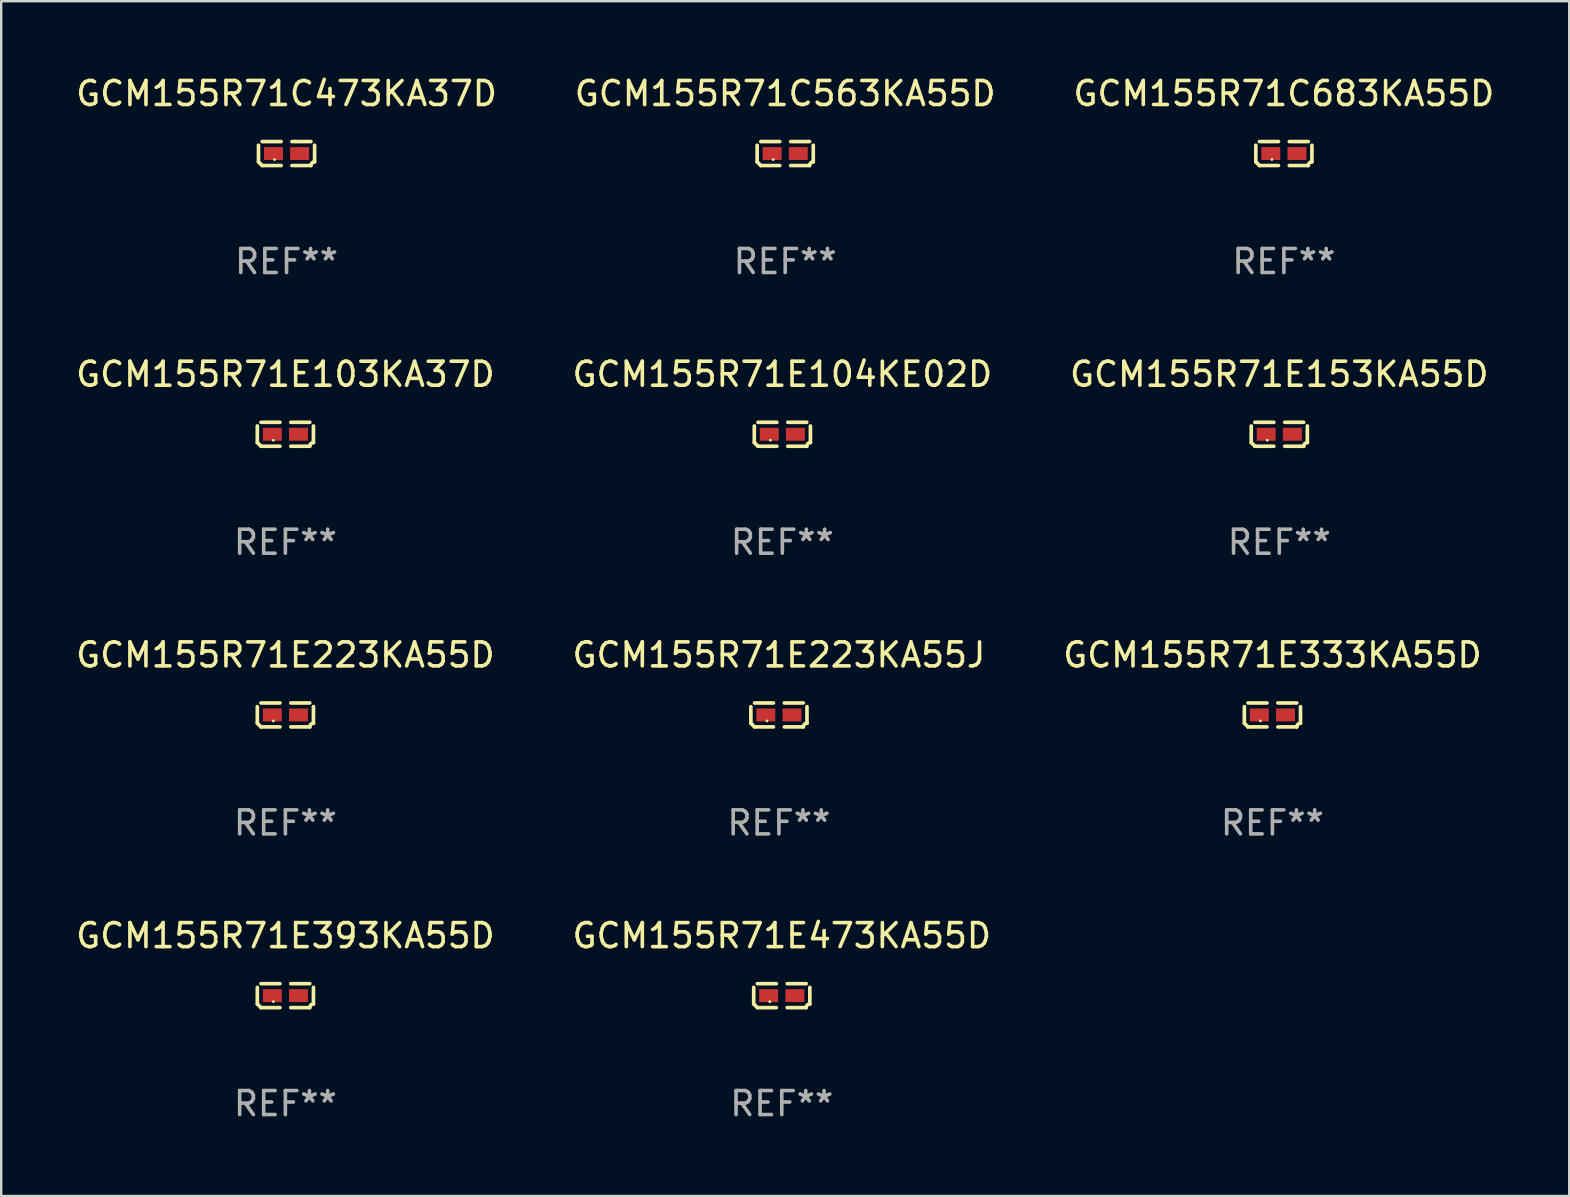
<source format=kicad_pcb>
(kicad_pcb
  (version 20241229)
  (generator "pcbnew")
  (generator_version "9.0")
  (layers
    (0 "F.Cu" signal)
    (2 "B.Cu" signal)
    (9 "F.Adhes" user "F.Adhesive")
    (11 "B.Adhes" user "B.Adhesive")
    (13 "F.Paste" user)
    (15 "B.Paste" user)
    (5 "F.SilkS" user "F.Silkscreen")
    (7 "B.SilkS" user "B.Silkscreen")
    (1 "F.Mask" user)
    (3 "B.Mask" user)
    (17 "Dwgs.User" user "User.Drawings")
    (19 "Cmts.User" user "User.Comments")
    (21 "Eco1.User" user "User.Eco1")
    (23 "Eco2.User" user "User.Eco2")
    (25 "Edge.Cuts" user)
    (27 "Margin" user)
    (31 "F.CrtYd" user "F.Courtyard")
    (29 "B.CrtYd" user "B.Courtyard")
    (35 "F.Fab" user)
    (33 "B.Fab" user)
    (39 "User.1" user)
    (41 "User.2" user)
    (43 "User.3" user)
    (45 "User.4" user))
  (footprint "GCM155R71E223KA55J"
    (layer "F.Cu")
    (at 29.399 26.734)
    (property "Reference" "GCM155R71E223KA55J" (at 0 -2.499 0) (layer "F.SilkS") (effects (font (size 1 1) (thickness 0.15))))
    (attr through_hole)
    (fp_line (start -1.169 0.346) (end -1.169 -0.346) (stroke (width 0.152) (type solid)) (layer "F.SilkS"))
    (fp_line (start -1.016 -0.499) (end -0.226 -0.499) (stroke (width 0.152) (type solid)) (layer "F.SilkS"))
    (fp_line (start -0.226 0.499) (end -1.016 0.499) (stroke (width 0.152) (type solid)) (layer "F.SilkS"))
    (fp_line (start 0.226 0.499) (end 1.016 0.499) (stroke (width 0.152) (type solid)) (layer "F.SilkS"))
    (fp_line (start 1.016 -0.499) (end 0.226 -0.499) (stroke (width 0.152) (type solid)) (layer "F.SilkS"))
    (fp_line (start 1.169 0.346) (end 1.169 -0.346) (stroke (width 0.152) (type solid)) (layer "F.SilkS"))
    (fp_arc (start -1.016307 0.498603) (mid -1.092512 0.422405) (end -1.16871 0.3462) (stroke (width 0.1524) (type solid)) (layer "F.SilkS"))
    (fp_arc (start 1.016307 0.498603) (mid 1.060899 0.390758) (end 1.168707 0.346076) (stroke (width 0.1524) (type solid)) (layer "F.SilkS"))
    (fp_circle (center -0.5 0.25) (end -0.47 0.25) (stroke (width 0.06) (type solid)) (fill no) (layer "F.SilkS"))
    (fp_text user "REF**" (at 0 4.499 0) (layer "F.Fab") (effects (font (size 1 1) (thickness 0.15))))
    (pad "1" smd rect (at -0.545 0) (size 0.79 0.54) (layers "F.Cu" "F.Mask" "F.Paste"))
    (pad "2" smd rect (at 0.545 0) (size 0.79 0.54) (layers "F.Cu" "F.Mask" "F.Paste")))
  (footprint "GCM155R71E333KA55D"
    (layer "F.Cu")
    (at 49.958 26.734)
    (property "Reference" "GCM155R71E333KA55D" (at 0 -2.499 0) (layer "F.SilkS") (effects (font (size 1 1) (thickness 0.15))))
    (attr through_hole)
    (fp_line (start -1.169 0.346) (end -1.169 -0.346) (stroke (width 0.152) (type solid)) (layer "F.SilkS"))
    (fp_line (start -1.016 -0.499) (end -0.226 -0.499) (stroke (width 0.152) (type solid)) (layer "F.SilkS"))
    (fp_line (start -0.226 0.499) (end -1.016 0.499) (stroke (width 0.152) (type solid)) (layer "F.SilkS"))
    (fp_line (start 0.226 0.499) (end 1.016 0.499) (stroke (width 0.152) (type solid)) (layer "F.SilkS"))
    (fp_line (start 1.016 -0.499) (end 0.226 -0.499) (stroke (width 0.152) (type solid)) (layer "F.SilkS"))
    (fp_line (start 1.169 0.346) (end 1.169 -0.346) (stroke (width 0.152) (type solid)) (layer "F.SilkS"))
    (fp_arc (start -1.016307 0.498603) (mid -1.092512 0.422405) (end -1.16871 0.3462) (stroke (width 0.1524) (type solid)) (layer "F.SilkS"))
    (fp_arc (start 1.016307 0.498603) (mid 1.060899 0.390758) (end 1.168707 0.346076) (stroke (width 0.1524) (type solid)) (layer "F.SilkS"))
    (fp_circle (center -0.5 0.25) (end -0.47 0.25) (stroke (width 0.06) (type solid)) (fill no) (layer "F.SilkS"))
    (fp_text user "REF**" (at 0 4.499 0) (layer "F.Fab") (effects (font (size 1 1) (thickness 0.15))))
    (pad "1" smd rect (at -0.545 0) (size 0.79 0.54) (layers "F.Cu" "F.Mask" "F.Paste"))
    (pad "2" smd rect (at 0.545 0) (size 0.79 0.54) (layers "F.Cu" "F.Mask" "F.Paste")))
  (footprint "GCM155R71E393KA55D"
    (layer "F.Cu")
    (at 8.839 38.428)
    (property "Reference" "GCM155R71E393KA55D" (at 0 -2.499 0) (layer "F.SilkS") (effects (font (size 1 1) (thickness 0.15))))
    (attr through_hole)
    (fp_line (start -1.169 0.346) (end -1.169 -0.346) (stroke (width 0.152) (type solid)) (layer "F.SilkS"))
    (fp_line (start -1.016 -0.499) (end -0.226 -0.499) (stroke (width 0.152) (type solid)) (layer "F.SilkS"))
    (fp_line (start -0.226 0.499) (end -1.016 0.499) (stroke (width 0.152) (type solid)) (layer "F.SilkS"))
    (fp_line (start 0.226 0.499) (end 1.016 0.499) (stroke (width 0.152) (type solid)) (layer "F.SilkS"))
    (fp_line (start 1.016 -0.499) (end 0.226 -0.499) (stroke (width 0.152) (type solid)) (layer "F.SilkS"))
    (fp_line (start 1.169 0.346) (end 1.169 -0.346) (stroke (width 0.152) (type solid)) (layer "F.SilkS"))
    (fp_arc (start -1.016307 0.498603) (mid -1.092512 0.422405) (end -1.16871 0.3462) (stroke (width 0.1524) (type solid)) (layer "F.SilkS"))
    (fp_arc (start 1.016307 0.498603) (mid 1.060899 0.390758) (end 1.168707 0.346076) (stroke (width 0.1524) (type solid)) (layer "F.SilkS"))
    (fp_circle (center -0.5 0.25) (end -0.47 0.25) (stroke (width 0.06) (type solid)) (fill no) (layer "F.SilkS"))
    (fp_text user "REF**" (at 0 4.499 0) (layer "F.Fab") (effects (font (size 1 1) (thickness 0.15))))
    (pad "1" smd rect (at -0.545 0) (size 0.79 0.54) (layers "F.Cu" "F.Mask" "F.Paste"))
    (pad "2" smd rect (at 0.545 0) (size 0.79 0.54) (layers "F.Cu" "F.Mask" "F.Paste")))
  (footprint "GCM155R71C683KA55D"
    (layer "F.Cu")
    (at 50.435 3.347)
    (property "Reference" "GCM155R71C683KA55D" (at 0 -2.499 0) (layer "F.SilkS") (effects (font (size 1 1) (thickness 0.15))))
    (attr through_hole)
    (fp_line (start -1.169 0.346) (end -1.169 -0.346) (stroke (width 0.152) (type solid)) (layer "F.SilkS"))
    (fp_line (start -1.016 -0.499) (end -0.226 -0.499) (stroke (width 0.152) (type solid)) (layer "F.SilkS"))
    (fp_line (start -0.226 0.499) (end -1.016 0.499) (stroke (width 0.152) (type solid)) (layer "F.SilkS"))
    (fp_line (start 0.226 0.499) (end 1.016 0.499) (stroke (width 0.152) (type solid)) (layer "F.SilkS"))
    (fp_line (start 1.016 -0.499) (end 0.226 -0.499) (stroke (width 0.152) (type solid)) (layer "F.SilkS"))
    (fp_line (start 1.169 0.346) (end 1.169 -0.346) (stroke (width 0.152) (type solid)) (layer "F.SilkS"))
    (fp_arc (start -1.016307 0.498603) (mid -1.092512 0.422405) (end -1.16871 0.3462) (stroke (width 0.1524) (type solid)) (layer "F.SilkS"))
    (fp_arc (start 1.016307 0.498603) (mid 1.060899 0.390758) (end 1.168707 0.346076) (stroke (width 0.1524) (type solid)) (layer "F.SilkS"))
    (fp_circle (center -0.5 0.25) (end -0.47 0.25) (stroke (width 0.06) (type solid)) (fill no) (layer "F.SilkS"))
    (fp_text user "REF**" (at 0 4.499 0) (layer "F.Fab") (effects (font (size 1 1) (thickness 0.15))))
    (pad "1" smd rect (at -0.545 0) (size 0.79 0.54) (layers "F.Cu" "F.Mask" "F.Paste"))
    (pad "2" smd rect (at 0.545 0) (size 0.79 0.54) (layers "F.Cu" "F.Mask" "F.Paste")))
  (footprint "GCM155R71E153KA55D"
    (layer "F.Cu")
    (at 50.244 15.041)
    (property "Reference" "GCM155R71E153KA55D" (at 0 -2.499 0) (layer "F.SilkS") (effects (font (size 1 1) (thickness 0.15))))
    (attr through_hole)
    (fp_line (start -1.169 0.346) (end -1.169 -0.346) (stroke (width 0.152) (type solid)) (layer "F.SilkS"))
    (fp_line (start -1.016 -0.499) (end -0.226 -0.499) (stroke (width 0.152) (type solid)) (layer "F.SilkS"))
    (fp_line (start -0.226 0.499) (end -1.016 0.499) (stroke (width 0.152) (type solid)) (layer "F.SilkS"))
    (fp_line (start 0.226 0.499) (end 1.016 0.499) (stroke (width 0.152) (type solid)) (layer "F.SilkS"))
    (fp_line (start 1.016 -0.499) (end 0.226 -0.499) (stroke (width 0.152) (type solid)) (layer "F.SilkS"))
    (fp_line (start 1.169 0.346) (end 1.169 -0.346) (stroke (width 0.152) (type solid)) (layer "F.SilkS"))
    (fp_arc (start -1.016307 0.498603) (mid -1.092512 0.422405) (end -1.16871 0.3462) (stroke (width 0.1524) (type solid)) (layer "F.SilkS"))
    (fp_arc (start 1.016307 0.498603) (mid 1.060899 0.390758) (end 1.168707 0.346076) (stroke (width 0.1524) (type solid)) (layer "F.SilkS"))
    (fp_circle (center -0.5 0.25) (end -0.47 0.25) (stroke (width 0.06) (type solid)) (fill no) (layer "F.SilkS"))
    (fp_text user "REF**" (at 0 4.499 0) (layer "F.Fab") (effects (font (size 1 1) (thickness 0.15))))
    (pad "1" smd rect (at -0.545 0) (size 0.79 0.54) (layers "F.Cu" "F.Mask" "F.Paste"))
    (pad "2" smd rect (at 0.545 0) (size 0.79 0.54) (layers "F.Cu" "F.Mask" "F.Paste")))
  (footprint "GCM155R71E103KA37D"
    (layer "F.Cu")
    (at 8.839 15.041)
    (property "Reference" "GCM155R71E103KA37D" (at 0 -2.499 0) (layer "F.SilkS") (effects (font (size 1 1) (thickness 0.15))))
    (attr through_hole)
    (fp_line (start -1.169 0.346) (end -1.169 -0.346) (stroke (width 0.152) (type solid)) (layer "F.SilkS"))
    (fp_line (start -1.016 -0.499) (end -0.226 -0.499) (stroke (width 0.152) (type solid)) (layer "F.SilkS"))
    (fp_line (start -0.226 0.499) (end -1.016 0.499) (stroke (width 0.152) (type solid)) (layer "F.SilkS"))
    (fp_line (start 0.226 0.499) (end 1.016 0.499) (stroke (width 0.152) (type solid)) (layer "F.SilkS"))
    (fp_line (start 1.016 -0.499) (end 0.226 -0.499) (stroke (width 0.152) (type solid)) (layer "F.SilkS"))
    (fp_line (start 1.169 0.346) (end 1.169 -0.346) (stroke (width 0.152) (type solid)) (layer "F.SilkS"))
    (fp_arc (start -1.016307 0.498603) (mid -1.092512 0.422405) (end -1.16871 0.3462) (stroke (width 0.1524) (type solid)) (layer "F.SilkS"))
    (fp_arc (start 1.016307 0.498603) (mid 1.060899 0.390758) (end 1.168707 0.346076) (stroke (width 0.1524) (type solid)) (layer "F.SilkS"))
    (fp_circle (center -0.5 0.25) (end -0.47 0.25) (stroke (width 0.06) (type solid)) (fill no) (layer "F.SilkS"))
    (fp_text user "REF**" (at 0 4.499 0) (layer "F.Fab") (effects (font (size 1 1) (thickness 0.15))))
    (pad "1" smd rect (at -0.545 0) (size 0.79 0.54) (layers "F.Cu" "F.Mask" "F.Paste"))
    (pad "2" smd rect (at 0.545 0) (size 0.79 0.54) (layers "F.Cu" "F.Mask" "F.Paste")))
  (footprint "GCM155R71E473KA55D"
    (layer "F.Cu")
    (at 29.518 38.428)
    (property "Reference" "GCM155R71E473KA55D" (at 0 -2.499 0) (layer "F.SilkS") (effects (font (size 1 1) (thickness 0.15))))
    (attr through_hole)
    (fp_line (start -1.169 0.346) (end -1.169 -0.346) (stroke (width 0.152) (type solid)) (layer "F.SilkS"))
    (fp_line (start -1.016 -0.499) (end -0.226 -0.499) (stroke (width 0.152) (type solid)) (layer "F.SilkS"))
    (fp_line (start -0.226 0.499) (end -1.016 0.499) (stroke (width 0.152) (type solid)) (layer "F.SilkS"))
    (fp_line (start 0.226 0.499) (end 1.016 0.499) (stroke (width 0.152) (type solid)) (layer "F.SilkS"))
    (fp_line (start 1.016 -0.499) (end 0.226 -0.499) (stroke (width 0.152) (type solid)) (layer "F.SilkS"))
    (fp_line (start 1.169 0.346) (end 1.169 -0.346) (stroke (width 0.152) (type solid)) (layer "F.SilkS"))
    (fp_arc (start -1.016307 0.498603) (mid -1.092512 0.422405) (end -1.16871 0.3462) (stroke (width 0.1524) (type solid)) (layer "F.SilkS"))
    (fp_arc (start 1.016307 0.498603) (mid 1.060899 0.390758) (end 1.168707 0.346076) (stroke (width 0.1524) (type solid)) (layer "F.SilkS"))
    (fp_circle (center -0.5 0.25) (end -0.47 0.25) (stroke (width 0.06) (type solid)) (fill no) (layer "F.SilkS"))
    (fp_text user "REF**" (at 0 4.499 0) (layer "F.Fab") (effects (font (size 1 1) (thickness 0.15))))
    (pad "1" smd rect (at -0.545 0) (size 0.79 0.54) (layers "F.Cu" "F.Mask" "F.Paste"))
    (pad "2" smd rect (at 0.545 0) (size 0.79 0.54) (layers "F.Cu" "F.Mask" "F.Paste")))
  (footprint "GCM155R71E104KE02D"
    (layer "F.Cu")
    (at 29.542 15.041)
    (property "Reference" "GCM155R71E104KE02D" (at 0 -2.499 0) (layer "F.SilkS") (effects (font (size 1 1) (thickness 0.15))))
    (attr through_hole)
    (fp_line (start -1.169 0.346) (end -1.169 -0.346) (stroke (width 0.152) (type solid)) (layer "F.SilkS"))
    (fp_line (start -1.016 -0.499) (end -0.226 -0.499) (stroke (width 0.152) (type solid)) (layer "F.SilkS"))
    (fp_line (start -0.226 0.499) (end -1.016 0.499) (stroke (width 0.152) (type solid)) (layer "F.SilkS"))
    (fp_line (start 0.226 0.499) (end 1.016 0.499) (stroke (width 0.152) (type solid)) (layer "F.SilkS"))
    (fp_line (start 1.016 -0.499) (end 0.226 -0.499) (stroke (width 0.152) (type solid)) (layer "F.SilkS"))
    (fp_line (start 1.169 0.346) (end 1.169 -0.346) (stroke (width 0.152) (type solid)) (layer "F.SilkS"))
    (fp_arc (start -1.016307 0.498603) (mid -1.092512 0.422405) (end -1.16871 0.3462) (stroke (width 0.1524) (type solid)) (layer "F.SilkS"))
    (fp_arc (start 1.016307 0.498603) (mid 1.060899 0.390758) (end 1.168707 0.346076) (stroke (width 0.1524) (type solid)) (layer "F.SilkS"))
    (fp_circle (center -0.5 0.25) (end -0.47 0.25) (stroke (width 0.06) (type solid)) (fill no) (layer "F.SilkS"))
    (fp_text user "REF**" (at 0 4.499 0) (layer "F.Fab") (effects (font (size 1 1) (thickness 0.15))))
    (pad "1" smd rect (at -0.545 0) (size 0.79 0.54) (layers "F.Cu" "F.Mask" "F.Paste"))
    (pad "2" smd rect (at 0.545 0) (size 0.79 0.54) (layers "F.Cu" "F.Mask" "F.Paste")))
  (footprint "GCM155R71C563KA55D"
    (layer "F.Cu")
    (at 29.661 3.347)
    (property "Reference" "GCM155R71C563KA55D" (at 0 -2.499 0) (layer "F.SilkS") (effects (font (size 1 1) (thickness 0.15))))
    (attr through_hole)
    (fp_line (start -1.169 0.346) (end -1.169 -0.346) (stroke (width 0.152) (type solid)) (layer "F.SilkS"))
    (fp_line (start -1.016 -0.499) (end -0.226 -0.499) (stroke (width 0.152) (type solid)) (layer "F.SilkS"))
    (fp_line (start -0.226 0.499) (end -1.016 0.499) (stroke (width 0.152) (type solid)) (layer "F.SilkS"))
    (fp_line (start 0.226 0.499) (end 1.016 0.499) (stroke (width 0.152) (type solid)) (layer "F.SilkS"))
    (fp_line (start 1.016 -0.499) (end 0.226 -0.499) (stroke (width 0.152) (type solid)) (layer "F.SilkS"))
    (fp_line (start 1.169 0.346) (end 1.169 -0.346) (stroke (width 0.152) (type solid)) (layer "F.SilkS"))
    (fp_arc (start -1.016307 0.498603) (mid -1.092512 0.422405) (end -1.16871 0.3462) (stroke (width 0.1524) (type solid)) (layer "F.SilkS"))
    (fp_arc (start 1.016307 0.498603) (mid 1.060899 0.390758) (end 1.168707 0.346076) (stroke (width 0.1524) (type solid)) (layer "F.SilkS"))
    (fp_circle (center -0.5 0.25) (end -0.47 0.25) (stroke (width 0.06) (type solid)) (fill no) (layer "F.SilkS"))
    (fp_text user "REF**" (at 0 4.499 0) (layer "F.Fab") (effects (font (size 1 1) (thickness 0.15))))
    (pad "1" smd rect (at -0.545 0) (size 0.79 0.54) (layers "F.Cu" "F.Mask" "F.Paste"))
    (pad "2" smd rect (at 0.545 0) (size 0.79 0.54) (layers "F.Cu" "F.Mask" "F.Paste")))
  (footprint "GCM155R71C473KA37D"
    (layer "F.Cu")
    (at 8.887 3.347)
    (property "Reference" "GCM155R71C473KA37D" (at 0 -2.499 0) (layer "F.SilkS") (effects (font (size 1 1) (thickness 0.15))))
    (attr through_hole)
    (fp_line (start -1.169 0.346) (end -1.169 -0.346) (stroke (width 0.152) (type solid)) (layer "F.SilkS"))
    (fp_line (start -1.016 -0.499) (end -0.226 -0.499) (stroke (width 0.152) (type solid)) (layer "F.SilkS"))
    (fp_line (start -0.226 0.499) (end -1.016 0.499) (stroke (width 0.152) (type solid)) (layer "F.SilkS"))
    (fp_line (start 0.226 0.499) (end 1.016 0.499) (stroke (width 0.152) (type solid)) (layer "F.SilkS"))
    (fp_line (start 1.016 -0.499) (end 0.226 -0.499) (stroke (width 0.152) (type solid)) (layer "F.SilkS"))
    (fp_line (start 1.169 0.346) (end 1.169 -0.346) (stroke (width 0.152) (type solid)) (layer "F.SilkS"))
    (fp_arc (start -1.016307 0.498603) (mid -1.092512 0.422405) (end -1.16871 0.3462) (stroke (width 0.1524) (type solid)) (layer "F.SilkS"))
    (fp_arc (start 1.016307 0.498603) (mid 1.060899 0.390758) (end 1.168707 0.346076) (stroke (width 0.1524) (type solid)) (layer "F.SilkS"))
    (fp_circle (center -0.5 0.25) (end -0.47 0.25) (stroke (width 0.06) (type solid)) (fill no) (layer "F.SilkS"))
    (fp_text user "REF**" (at 0 4.499 0) (layer "F.Fab") (effects (font (size 1 1) (thickness 0.15))))
    (pad "1" smd rect (at -0.545 0) (size 0.79 0.54) (layers "F.Cu" "F.Mask" "F.Paste"))
    (pad "2" smd rect (at 0.545 0) (size 0.79 0.54) (layers "F.Cu" "F.Mask" "F.Paste")))
  (footprint "GCM155R71E223KA55D"
    (layer "F.Cu")
    (at 8.839 26.734)
    (property "Reference" "GCM155R71E223KA55D" (at 0 -2.499 0) (layer "F.SilkS") (effects (font (size 1 1) (thickness 0.15))))
    (attr through_hole)
    (fp_line (start -1.169 0.346) (end -1.169 -0.346) (stroke (width 0.152) (type solid)) (layer "F.SilkS"))
    (fp_line (start -1.016 -0.499) (end -0.226 -0.499) (stroke (width 0.152) (type solid)) (layer "F.SilkS"))
    (fp_line (start -0.226 0.499) (end -1.016 0.499) (stroke (width 0.152) (type solid)) (layer "F.SilkS"))
    (fp_line (start 0.226 0.499) (end 1.016 0.499) (stroke (width 0.152) (type solid)) (layer "F.SilkS"))
    (fp_line (start 1.016 -0.499) (end 0.226 -0.499) (stroke (width 0.152) (type solid)) (layer "F.SilkS"))
    (fp_line (start 1.169 0.346) (end 1.169 -0.346) (stroke (width 0.152) (type solid)) (layer "F.SilkS"))
    (fp_arc (start -1.016307 0.498603) (mid -1.092512 0.422405) (end -1.16871 0.3462) (stroke (width 0.1524) (type solid)) (layer "F.SilkS"))
    (fp_arc (start 1.016307 0.498603) (mid 1.060899 0.390758) (end 1.168707 0.346076) (stroke (width 0.1524) (type solid)) (layer "F.SilkS"))
    (fp_circle (center -0.5 0.25) (end -0.47 0.25) (stroke (width 0.06) (type solid)) (fill no) (layer "F.SilkS"))
    (fp_text user "REF**" (at 0 4.499 0) (layer "F.Fab") (effects (font (size 1 1) (thickness 0.15))))
    (pad "1" smd rect (at -0.545 0) (size 0.79 0.54) (layers "F.Cu" "F.Mask" "F.Paste"))
    (pad "2" smd rect (at 0.545 0) (size 0.79 0.54) (layers "F.Cu" "F.Mask" "F.Paste")))
  (gr_rect
    (start -3 -3)
    (end 62.321 46.775)
    (stroke (width 0.1) (type default))
    (fill no)
    (layer "Edge.Cuts")))
</source>
